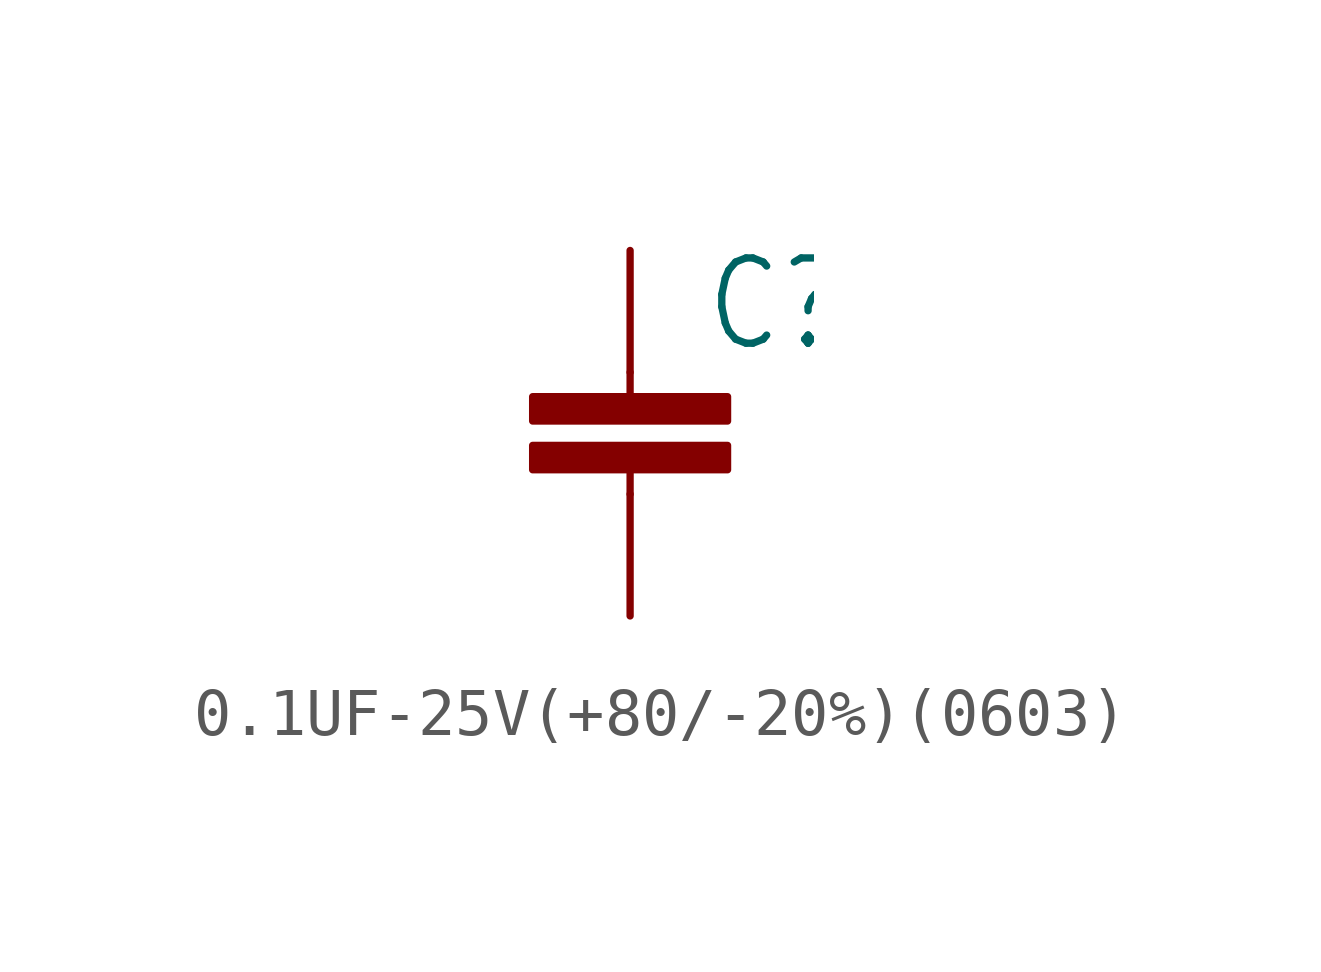
<source format=kicad_sym>
(kicad_symbol_lib
  (version 20220914)
  (generator kicad_symbol_editor)
  (symbol "0.1UF-25V(+80/-20%)(0603)"
    (property "Reference" "C"
      (at 1.524 2.921 0)
      (effects (font (size 1.778 1.511)) (justify left bottom)))
    (property "Value" ""
      (at 1.524 -2.159 0)
      (effects (font (size 1.778 1.511)) (justify left bottom)))
    (property "ki_locked" ""
      (at 0 0 0)
      (effects (font (size 1.27 1.27))))
    (symbol "0.1UF-25V(+80/-20%)(0603)_1_0"
      (rectangle (start -2.032 0.508) (end 2.032 1.016) (stroke (width 0) (type default)) (fill (type outline)))
      (rectangle (start -2.032 1.524) (end 2.032 2.032) (stroke (width 0) (type default)) (fill (type outline)))
      (polyline (pts (xy 0 0) (xy 0 0.508)) (stroke (width 0.152) (type solid)) (fill (type none)))
      (polyline (pts (xy 0 2.54) (xy 0 2.032)) (stroke (width 0.152) (type solid)) (fill (type none)))
      (pin passive line (at 0 5.08 270) (length 2.54) (name "1" (effects (font (size 0 0)))) (number "1" (effects (font (size 0 0)))))
      (pin passive line (at 0 -2.54 90) (length 2.54) (name "2" (effects (font (size 0 0)))) (number "2" (effects (font (size 0 0))))))))
</source>
